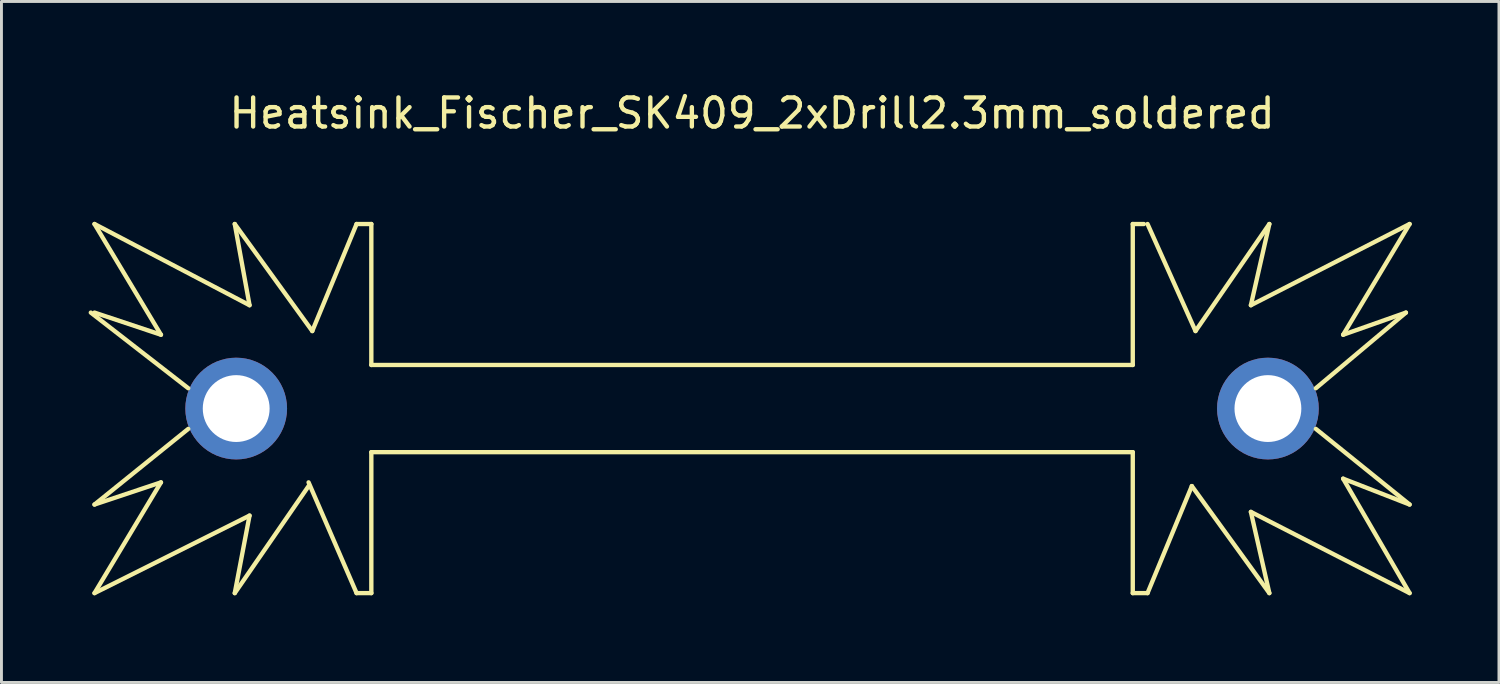
<source format=kicad_pcb>
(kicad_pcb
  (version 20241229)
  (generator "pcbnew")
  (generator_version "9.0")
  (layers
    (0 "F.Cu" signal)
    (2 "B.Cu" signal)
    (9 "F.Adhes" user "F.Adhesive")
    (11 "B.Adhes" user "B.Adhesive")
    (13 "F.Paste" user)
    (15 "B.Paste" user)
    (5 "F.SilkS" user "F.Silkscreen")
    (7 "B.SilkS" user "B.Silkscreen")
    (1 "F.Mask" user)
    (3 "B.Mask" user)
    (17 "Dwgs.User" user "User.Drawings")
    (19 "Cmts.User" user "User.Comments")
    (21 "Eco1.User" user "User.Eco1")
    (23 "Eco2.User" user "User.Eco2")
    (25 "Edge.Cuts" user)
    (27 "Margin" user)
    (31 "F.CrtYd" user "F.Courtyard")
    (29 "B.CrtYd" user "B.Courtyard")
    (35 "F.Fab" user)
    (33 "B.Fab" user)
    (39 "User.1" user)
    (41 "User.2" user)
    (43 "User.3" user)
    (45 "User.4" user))
  (footprint "Heatsink_Fischer_SK409_2xDrill2.3mm_soldered"
    (layer "F.Cu")
    (at 22.827 11.008)
    (property "Reference" "Heatsink_Fischer_SK409_2xDrill2.3mm_soldered" (at 0 -10.16 0) (layer "F.SilkS") (effects (font (size 1 1) (thickness 0.15))))
    (attr through_hole)
    (fp_line (start -22.752 -3.302) (end -19.4 -0.7) (stroke (width 0.15) (type solid)) (layer "F.SilkS"))
    (fp_line (start -22.625 -3.302) (end -20.339 -2.54) (stroke (width 0.15) (type solid)) (layer "F.SilkS"))
    (fp_line (start -22.625 3.302) (end -20.339 2.54) (stroke (width 0.15) (type solid)) (layer "F.SilkS"))
    (fp_line (start -22.625 3.302) (end -19.4 0.7) (stroke (width 0.15) (type solid)) (layer "F.SilkS"))
    (fp_line (start -20.339 -2.54) (end -22.625 -6.35) (stroke (width 0.15) (type solid)) (layer "F.SilkS"))
    (fp_line (start -20.339 2.54) (end -22.625 6.35) (stroke (width 0.15) (type solid)) (layer "F.SilkS"))
    (fp_line (start -17.799 -6.35) (end -17.291 -3.556) (stroke (width 0.15) (type solid)) (layer "F.SilkS"))
    (fp_line (start -17.799 6.35) (end -17.291 3.683) (stroke (width 0.15) (type solid)) (layer "F.SilkS"))
    (fp_line (start -17.291 -3.556) (end -22.625 -6.35) (stroke (width 0.15) (type solid)) (layer "F.SilkS"))
    (fp_line (start -17.291 3.683) (end -22.625 6.35) (stroke (width 0.15) (type solid)) (layer "F.SilkS"))
    (fp_line (start -15.259 2.667) (end -17.799 6.35) (stroke (width 0.15) (type solid)) (layer "F.SilkS"))
    (fp_line (start -15.132 -2.667) (end -17.799 -6.35) (stroke (width 0.15) (type solid)) (layer "F.SilkS"))
    (fp_line (start -13.608 -6.35) (end -15.132 -2.667) (stroke (width 0.15) (type solid)) (layer "F.SilkS"))
    (fp_line (start -13.608 6.35) (end -15.259 2.54) (stroke (width 0.15) (type solid)) (layer "F.SilkS"))
    (fp_line (start -13.608 6.35) (end -13.1 6.35) (stroke (width 0.15) (type solid)) (layer "F.SilkS"))
    (fp_line (start -13.1 -6.35) (end -13.608 -6.35) (stroke (width 0.15) (type solid)) (layer "F.SilkS"))
    (fp_line (start -13.1 -1.5) (end -13.1 -6.35) (stroke (width 0.15) (type solid)) (layer "F.SilkS"))
    (fp_line (start -13.1 1.5) (end -13.1 6.35) (stroke (width 0.15) (type solid)) (layer "F.SilkS"))
    (fp_line (start 13.1 -6.35) (end 13.481 -6.35) (stroke (width 0.15) (type solid)) (layer "F.SilkS"))
    (fp_line (start 13.1 -1.5) (end -13.1 -1.5) (stroke (width 0.15) (type solid)) (layer "F.SilkS"))
    (fp_line (start 13.1 -1.5) (end 13.1 -6.35) (stroke (width 0.15) (type solid)) (layer "F.SilkS"))
    (fp_line (start 13.1 1.5) (end -13.1 1.5) (stroke (width 0.15) (type solid)) (layer "F.SilkS"))
    (fp_line (start 13.1 1.5) (end 13.1 6.35) (stroke (width 0.15) (type solid)) (layer "F.SilkS"))
    (fp_line (start 13.1 6.35) (end 13.608 6.35) (stroke (width 0.15) (type solid)) (layer "F.SilkS"))
    (fp_line (start 13.608 -6.35) (end 15.259 -2.667) (stroke (width 0.15) (type solid)) (layer "F.SilkS"))
    (fp_line (start 13.608 6.35) (end 15.132 2.667) (stroke (width 0.15) (type solid)) (layer "F.SilkS"))
    (fp_line (start 15.132 2.667) (end 17.799 6.35) (stroke (width 0.15) (type solid)) (layer "F.SilkS"))
    (fp_line (start 15.259 -2.667) (end 17.799 -6.35) (stroke (width 0.15) (type solid)) (layer "F.SilkS"))
    (fp_line (start 17.164 -3.556) (end 17.799 -6.35) (stroke (width 0.15) (type solid)) (layer "F.SilkS"))
    (fp_line (start 17.164 3.556) (end 22.625 6.35) (stroke (width 0.15) (type solid)) (layer "F.SilkS"))
    (fp_line (start 17.799 6.35) (end 17.164 3.556) (stroke (width 0.15) (type solid)) (layer "F.SilkS"))
    (fp_line (start 20.339 -2.54) (end 22.498 -3.302) (stroke (width 0.15) (type solid)) (layer "F.SilkS"))
    (fp_line (start 20.339 2.413) (end 22.625 3.302) (stroke (width 0.15) (type solid)) (layer "F.SilkS"))
    (fp_line (start 22.498 -3.302) (end 19.4 -0.7) (stroke (width 0.15) (type solid)) (layer "F.SilkS"))
    (fp_line (start 22.625 -6.35) (end 17.164 -3.556) (stroke (width 0.15) (type solid)) (layer "F.SilkS"))
    (fp_line (start 22.625 -6.35) (end 20.339 -2.54) (stroke (width 0.15) (type solid)) (layer "F.SilkS"))
    (fp_line (start 22.625 3.302) (end 19.4 0.7) (stroke (width 0.15) (type solid)) (layer "F.SilkS"))
    (fp_line (start 22.625 6.35) (end 20.339 2.413) (stroke (width 0.15) (type solid)) (layer "F.SilkS"))
    (pad "1" thru_hole circle (at -17.75 0) (size 3.5 3.5) (drill 2.3) (layers "*.Cu" "*.Mask"))
    (pad "1" thru_hole circle (at 17.75 0) (size 3.5 3.5) (drill 2.3) (layers "*.Cu" "*.Mask")))
  (gr_rect
    (start -3 -3)
    (end 48.527 20.433)
    (stroke (width 0.1) (type default))
    (fill no)
    (layer "Edge.Cuts")))
</source>
